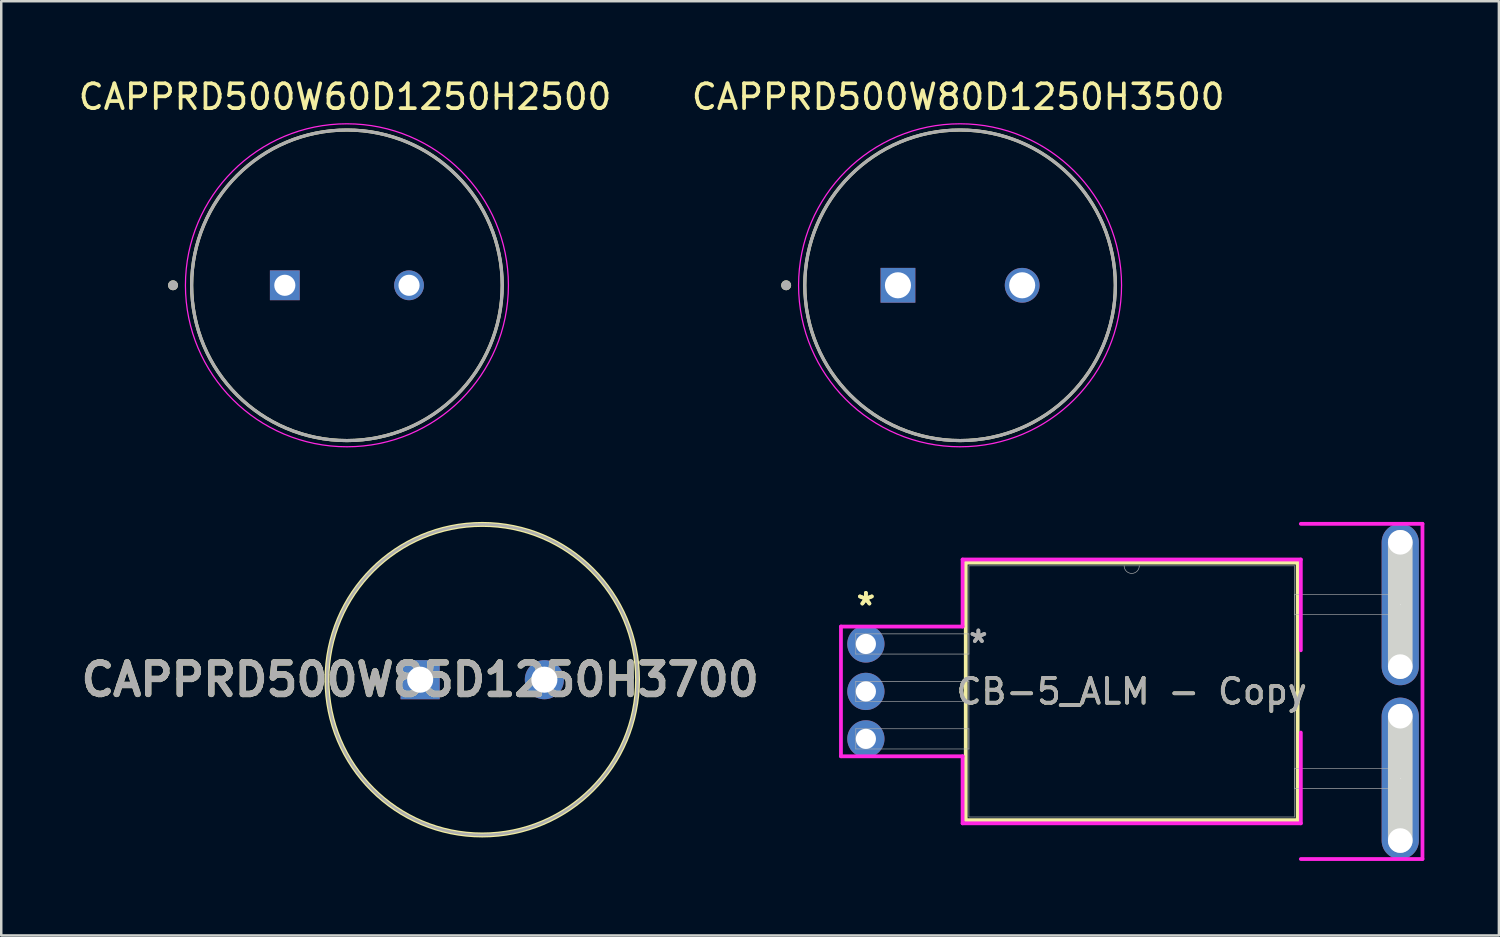
<source format=kicad_pcb>
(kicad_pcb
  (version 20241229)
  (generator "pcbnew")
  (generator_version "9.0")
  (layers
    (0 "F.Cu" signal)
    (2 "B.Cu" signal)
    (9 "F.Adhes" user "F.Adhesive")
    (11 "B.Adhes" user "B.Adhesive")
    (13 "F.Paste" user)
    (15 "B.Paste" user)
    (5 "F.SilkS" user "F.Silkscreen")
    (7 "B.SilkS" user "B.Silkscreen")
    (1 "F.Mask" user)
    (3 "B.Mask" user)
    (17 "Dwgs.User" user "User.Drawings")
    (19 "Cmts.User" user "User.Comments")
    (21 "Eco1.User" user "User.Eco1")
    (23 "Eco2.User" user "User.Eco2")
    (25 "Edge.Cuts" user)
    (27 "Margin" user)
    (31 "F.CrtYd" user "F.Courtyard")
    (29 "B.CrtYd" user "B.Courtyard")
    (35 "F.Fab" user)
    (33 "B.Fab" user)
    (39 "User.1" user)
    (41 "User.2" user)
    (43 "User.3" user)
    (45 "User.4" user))
  (footprint "CAPPRD500W60D1250H2500"
    (layer "F.Cu")
    (at 10.914 8.433)
    (property "Reference" "CAPPRD500W60D1250H2500" (at -0.075 -7.585 0) (layer "F.SilkS") (effects (font (size 1 1) (thickness 0.15))))
    (attr through_hole)
    (fp_circle (center -7 0) (end -6.9 0) (stroke (width 0.2) (type solid)) (fill no) (layer "F.SilkS"))
    (fp_circle (center 0 0) (end 6.25 0) (stroke (width 0.127) (type solid)) (fill no) (layer "F.SilkS"))
    (fp_circle (center 0 0) (end 6.5 0) (stroke (width 0.05) (type solid)) (fill no) (layer "F.CrtYd"))
    (fp_circle (center -7 0) (end -6.9 0) (stroke (width 0.2) (type solid)) (fill no) (layer "F.Fab"))
    (fp_circle (center 0 0) (end 6.25 0) (stroke (width 0.127) (type solid)) (fill no) (layer "F.Fab"))
    (pad "N" thru_hole circle (at 2.5 0) (size 1.2 1.2) (drill 0.85) (layers "*.Cu" "*.Mask"))
    (pad "P" thru_hole rect (at -2.5 0) (size 1.2 1.2) (drill 0.85) (layers "*.Cu" "*.Mask")))
  (footprint "CB-5_ALM - Copy"
    (layer "F.Cu")
    (at 53.202 26.69)
    (property "Reference" "CB-5_ALM - Copy" (at -10.7 -1.91 0) (unlocked yes) (layer "F.SilkS") (effects (font (size 1 1) (thickness 0.15))))
    (attr through_hole)
    (fp_line (start -17.38 -7.092) (end -17.38 3.272) (stroke (width 0.152) (type solid)) (layer "F.SilkS"))
    (fp_line (start -17.38 3.272) (end -4.02 3.272) (stroke (width 0.152) (type solid)) (layer "F.SilkS"))
    (fp_line (start -4.02 -7.092) (end -17.38 -7.092) (stroke (width 0.152) (type solid)) (layer "F.SilkS"))
    (fp_line (start -4.02 3.272) (end -4.02 -7.092) (stroke (width 0.152) (type solid)) (layer "F.SilkS"))
    (fp_line (start 0.109 -2.908) (end 0.109 -7.912) (stroke (width 0.991) (type solid)) (layer "Edge.Cuts"))
    (fp_line (start 0.109 4.092) (end 0.109 -0.912) (stroke (width 0.991) (type solid)) (layer "Edge.Cuts"))
    (fp_line (start -22.403 -4.521) (end -17.507 -4.521) (stroke (width 0.152) (type solid)) (layer "F.CrtYd"))
    (fp_line (start -22.403 0.701) (end -22.403 -4.521) (stroke (width 0.152) (type solid)) (layer "F.CrtYd"))
    (fp_line (start -17.507 -7.219) (end -3.893 -7.219) (stroke (width 0.152) (type solid)) (layer "F.CrtYd"))
    (fp_line (start -17.507 -4.521) (end -17.507 -7.219) (stroke (width 0.152) (type solid)) (layer "F.CrtYd"))
    (fp_line (start -17.507 0.701) (end -22.403 0.701) (stroke (width 0.152) (type solid)) (layer "F.CrtYd"))
    (fp_line (start -17.507 3.399) (end -17.507 0.701) (stroke (width 0.152) (type solid)) (layer "F.CrtYd"))
    (fp_line (start -3.893 -7.219) (end -3.893 -3.566) (stroke (width 0.152) (type solid)) (layer "F.CrtYd"))
    (fp_line (start -3.893 -0.254) (end -3.893 3.399) (stroke (width 0.152) (type solid)) (layer "F.CrtYd"))
    (fp_line (start -3.893 3.399) (end -17.507 3.399) (stroke (width 0.152) (type solid)) (layer "F.CrtYd"))
    (fp_line (start 1.003 -8.656) (end -3.893 -8.656) (stroke (width 0.152) (type solid)) (layer "F.CrtYd"))
    (fp_line (start 1.003 -8.656) (end 1.003 4.836) (stroke (width 0.152) (type solid)) (layer "F.CrtYd"))
    (fp_line (start 1.003 4.836) (end -3.893 4.836) (stroke (width 0.152) (type solid)) (layer "F.CrtYd"))
    (fp_line (start -21.806 -4.226) (end -21.806 -3.414) (stroke (width 0.025) (type solid)) (layer "F.Fab"))
    (fp_line (start -21.806 -3.414) (end -17.253 -3.414) (stroke (width 0.025) (type solid)) (layer "F.Fab"))
    (fp_line (start -21.806 -2.316) (end -21.806 -1.504) (stroke (width 0.025) (type solid)) (layer "F.Fab"))
    (fp_line (start -21.806 -1.504) (end -17.253 -1.504) (stroke (width 0.025) (type solid)) (layer "F.Fab"))
    (fp_line (start -21.806 -0.406) (end -21.806 0.406) (stroke (width 0.025) (type solid)) (layer "F.Fab"))
    (fp_line (start -21.806 0.406) (end -17.253 0.406) (stroke (width 0.025) (type solid)) (layer "F.Fab"))
    (fp_line (start -17.253 -6.965) (end -17.253 3.145) (stroke (width 0.025) (type solid)) (layer "F.Fab"))
    (fp_line (start -17.253 -4.226) (end -21.806 -4.226) (stroke (width 0.025) (type solid)) (layer "F.Fab"))
    (fp_line (start -17.253 -3.414) (end -17.253 -4.226) (stroke (width 0.025) (type solid)) (layer "F.Fab"))
    (fp_line (start -17.253 -2.316) (end -21.806 -2.316) (stroke (width 0.025) (type solid)) (layer "F.Fab"))
    (fp_line (start -17.253 -1.504) (end -17.253 -2.316) (stroke (width 0.025) (type solid)) (layer "F.Fab"))
    (fp_line (start -17.253 -0.406) (end -21.806 -0.406) (stroke (width 0.025) (type solid)) (layer "F.Fab"))
    (fp_line (start -17.253 0.406) (end -17.253 -0.406) (stroke (width 0.025) (type solid)) (layer "F.Fab"))
    (fp_line (start -17.253 3.145) (end -4.147 3.145) (stroke (width 0.025) (type solid)) (layer "F.Fab"))
    (fp_line (start -4.147 -6.965) (end -17.253 -6.965) (stroke (width 0.025) (type solid)) (layer "F.Fab"))
    (fp_line (start -4.147 -5.816) (end -4.147 -5.004) (stroke (width 0.025) (type solid)) (layer "F.Fab"))
    (fp_line (start -4.147 -5.004) (end 0.406 -5.004) (stroke (width 0.025) (type solid)) (layer "F.Fab"))
    (fp_line (start -4.147 1.184) (end -4.147 1.996) (stroke (width 0.025) (type solid)) (layer "F.Fab"))
    (fp_line (start -4.147 1.996) (end 0.406 1.996) (stroke (width 0.025) (type solid)) (layer "F.Fab"))
    (fp_line (start -4.147 3.145) (end -4.147 -6.965) (stroke (width 0.025) (type solid)) (layer "F.Fab"))
    (fp_line (start 0.406 -5.816) (end -4.147 -5.816) (stroke (width 0.025) (type solid)) (layer "F.Fab"))
    (fp_line (start 0.406 -5.004) (end 0.406 -5.816) (stroke (width 0.025) (type solid)) (layer "F.Fab"))
    (fp_line (start 0.406 1.184) (end -4.147 1.184) (stroke (width 0.025) (type solid)) (layer "F.Fab"))
    (fp_line (start 0.406 1.996) (end 0.406 1.184) (stroke (width 0.025) (type solid)) (layer "F.Fab"))
    (fp_arc (start -10.3952 -6.9646) (mid -10.7 -6.6598) (end -11.0048 -6.9646) (stroke (width 0.0254) (type solid)) (layer "F.Fab"))
    (fp_text user "*" (at -21.4 -5.331 0) (unlocked yes) (layer "F.SilkS") (effects (font (size 1 1) (thickness 0.15))))
    (fp_text user "*" (at -21.4 -5.331 0) (layer "F.SilkS") (effects (font (size 1 1) (thickness 0.15))))
    (fp_text user "*" (at -16.872 -3.82 0) (unlocked yes) (layer "F.Fab") (effects (font (size 1 1) (thickness 0.15))))
    (fp_text user "*" (at -16.872 -3.82 0) (layer "F.Fab") (effects (font (size 1 1) (thickness 0.15))))
    (fp_text user "${REFERENCE}" (at -10.7 -1.91 0) (unlocked yes) (layer "F.Fab") (effects (font (size 1 1) (thickness 0.15))))
    (pad "" np_thru_hole circle (at 0.109 -7.912) (size 0.991 0.991) (drill 0.991) (layers "*.Cu" "*.Mask"))
    (pad "" np_thru_hole circle (at 0.109 -2.908) (size 0.991 0.991) (drill 0.991) (layers "*.Cu" "*.Mask"))
    (pad "" np_thru_hole circle (at 0.109 -0.912) (size 0.991 0.991) (drill 0.991) (layers "*.Cu" "*.Mask"))
    (pad "" np_thru_hole circle (at 0.109 4.092) (size 0.991 0.991) (drill 0.991) (layers "*.Cu" "*.Mask"))
    (pad "1" thru_hole circle (at -21.4 -3.82) (size 1.499 1.499) (drill 0.813) (layers "*.Cu" "*.Mask"))
    (pad "2" thru_hole circle (at -21.4 -1.91) (size 1.499 1.499) (drill 0.813) (layers "*.Cu" "*.Mask"))
    (pad "3" thru_hole circle (at -21.4 0) (size 1.499 1.499) (drill 0.813) (layers "*.Cu" "*.Mask"))
    (pad "4" thru_hole oval (at 0.109 1.59 90) (size 6.502 1.499) (drill 0.025) (layers "*.Cu" "*.Mask"))
    (pad "5" thru_hole oval (at 0.109 -5.41 90) (size 6.502 1.499) (drill 0.025) (layers "*.Cu" "*.Mask")))
  (footprint "CAPPRD500W80D1250H3500"
    (layer "F.Cu")
    (at 35.593 8.433)
    (property "Reference" "CAPPRD500W80D1250H3500" (at -0.075 -7.585 0) (layer "F.SilkS") (effects (font (size 1 1) (thickness 0.15))))
    (attr through_hole)
    (fp_circle (center -7 0) (end -6.9 0) (stroke (width 0.2) (type solid)) (fill no) (layer "F.SilkS"))
    (fp_circle (center 0 0) (end 6.25 0) (stroke (width 0.127) (type solid)) (fill no) (layer "F.SilkS"))
    (fp_circle (center 0 0) (end 6.5 0) (stroke (width 0.05) (type solid)) (fill no) (layer "F.CrtYd"))
    (fp_circle (center -7 0) (end -6.9 0) (stroke (width 0.2) (type solid)) (fill no) (layer "F.Fab"))
    (fp_circle (center 0 0) (end 6.25 0) (stroke (width 0.127) (type solid)) (fill no) (layer "F.Fab"))
    (pad "N" thru_hole circle (at 2.5 0) (size 1.4 1.4) (drill 1.05) (layers "*.Cu" "*.Mask"))
    (pad "P" thru_hole rect (at -2.5 0) (size 1.4 1.4) (drill 1.05) (layers "*.Cu" "*.Mask")))
  (footprint "CAPPRD500W85D1250H3700"
    (layer "F.Cu")
    (at 13.861 24.308)
    (property "Reference" "CAPPRD500W85D1250H3700" (at 0 0 0) (layer "F.SilkS") (effects (font (size 1.27 1.27) (thickness 0.254))))
    (attr through_hole)
    (fp_circle (center 2.5 0) (end 2.5 6.25) (stroke (width 0.2) (type solid)) (fill no) (layer "F.SilkS"))
    (fp_circle (center 2.5 0) (end 2.5 6.25) (stroke (width 0.1) (type solid)) (fill no) (layer "F.Fab"))
    (fp_text user "${REFERENCE}" (at 0 0 0) (layer "F.Fab") (effects (font (size 1.27 1.27) (thickness 0.254))))
    (pad "1" thru_hole rect (at 0 0) (size 1.575 1.575) (drill 1.05) (layers "*.Cu" "*.Mask"))
    (pad "2" thru_hole circle (at 5 0) (size 1.575 1.575) (drill 1.05) (layers "*.Cu" "*.Mask")))
  (gr_rect
    (start -3 -3)
    (end 57.281 34.603)
    (stroke (width 0.1) (type default))
    (fill no)
    (layer "Edge.Cuts")))
</source>
